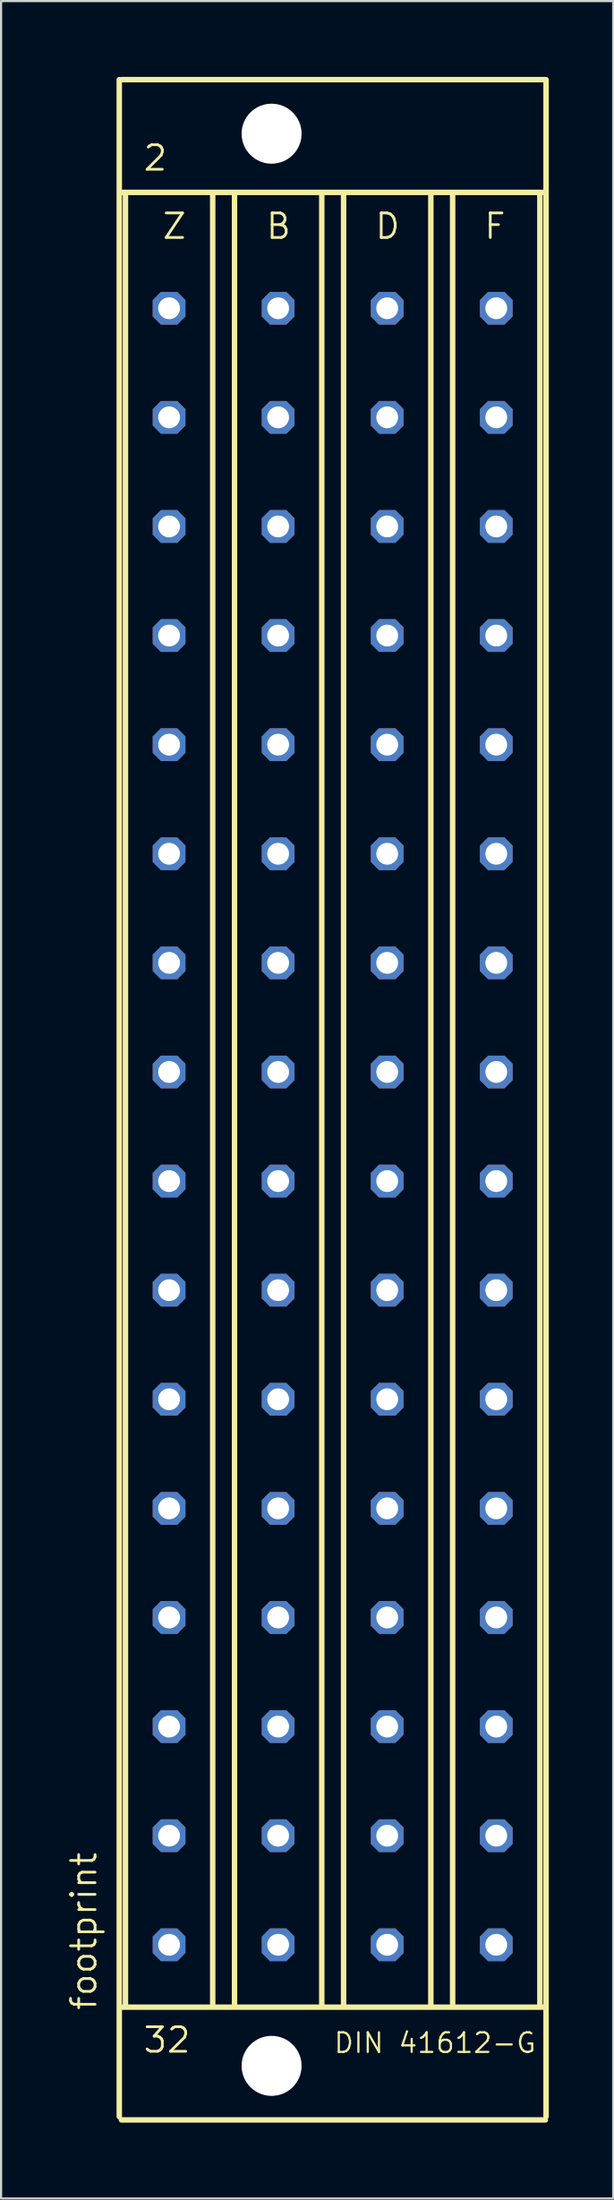
<source format=kicad_pcb>
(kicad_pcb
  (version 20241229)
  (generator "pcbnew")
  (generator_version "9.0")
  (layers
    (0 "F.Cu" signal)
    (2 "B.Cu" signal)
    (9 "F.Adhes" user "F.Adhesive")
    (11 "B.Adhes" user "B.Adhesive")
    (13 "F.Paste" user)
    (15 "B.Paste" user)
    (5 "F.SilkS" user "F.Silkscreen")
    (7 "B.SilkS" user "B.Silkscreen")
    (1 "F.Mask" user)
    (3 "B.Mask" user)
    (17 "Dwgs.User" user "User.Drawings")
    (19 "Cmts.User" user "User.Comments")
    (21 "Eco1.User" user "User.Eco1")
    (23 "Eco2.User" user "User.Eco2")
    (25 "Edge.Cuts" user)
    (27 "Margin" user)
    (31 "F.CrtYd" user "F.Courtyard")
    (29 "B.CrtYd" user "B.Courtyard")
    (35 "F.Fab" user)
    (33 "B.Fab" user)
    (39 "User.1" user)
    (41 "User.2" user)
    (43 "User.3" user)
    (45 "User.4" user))
  (footprint "footprint"
    (layer "F.Cu")
    (at 9.906 48.158)
    (property "Reference" "footprint" (at -8.382 42.469 90) (layer "F.SilkS") (effects (font (size 1.143 1.143) (thickness 0.127)) (justify left bottom)))
    (fp_line (start -7.4 47.346) (end -7.4 -47.498) (stroke (width 0.254) (type solid)) (layer "F.SilkS"))
    (fp_line (start -7.3 -47.5) (end 12.446 -47.5) (stroke (width 0.254) (type solid)) (layer "F.SilkS"))
    (fp_line (start -7.3 -42.25) (end 12.446 -42.25) (stroke (width 0.254) (type solid)) (layer "F.SilkS"))
    (fp_line (start -7.3 42.25) (end 12.446 42.25) (stroke (width 0.254) (type solid)) (layer "F.SilkS"))
    (fp_line (start -7.3 47.5) (end 12.446 47.5) (stroke (width 0.254) (type solid)) (layer "F.SilkS"))
    (fp_line (start -7.112 -42.164) (end -7.112 42.164) (stroke (width 0.254) (type solid)) (layer "F.SilkS"))
    (fp_line (start -3.048 -42.164) (end -3.048 42.164) (stroke (width 0.254) (type solid)) (layer "F.SilkS"))
    (fp_line (start -2.032 -42.164) (end -2.032 42.164) (stroke (width 0.254) (type solid)) (layer "F.SilkS"))
    (fp_line (start 2.032 -42.164) (end 2.032 42.164) (stroke (width 0.254) (type solid)) (layer "F.SilkS"))
    (fp_line (start 3.048 -42.164) (end 3.048 42.164) (stroke (width 0.254) (type solid)) (layer "F.SilkS"))
    (fp_line (start 7.112 -42.164) (end 7.112 42.164) (stroke (width 0.254) (type solid)) (layer "F.SilkS"))
    (fp_line (start 8.128 -42.164) (end 8.128 42.164) (stroke (width 0.254) (type solid)) (layer "F.SilkS"))
    (fp_line (start 12.192 -42.164) (end 12.192 42.164) (stroke (width 0.254) (type solid)) (layer "F.SilkS"))
    (fp_line (start 12.48 47.346) (end 12.48 -47.498) (stroke (width 0.254) (type solid)) (layer "F.SilkS"))
    (fp_text user "D" (at 4.445 -40.005 0) (layer "F.SilkS") (effects (font (size 1.143 1.143) (thickness 0.127)) (justify left bottom)))
    (fp_text user "Z" (at -5.461 -40.005 0) (layer "F.SilkS") (effects (font (size 1.143 1.143) (thickness 0.127)) (justify left bottom)))
    (fp_text user "DIN 41612-G" (at 2.54 44.45 0) (layer "F.SilkS") (effects (font (size 0.914 0.914) (thickness 0.102)) (justify left bottom)))
    (fp_text user "32" (at -6.35 44.45 0) (layer "F.SilkS") (effects (font (size 1.143 1.143) (thickness 0.127)) (justify left bottom)))
    (fp_text user "F" (at 9.525 -40.005 0) (layer "F.SilkS") (effects (font (size 1.143 1.143) (thickness 0.127)) (justify left bottom)))
    (fp_text user "2" (at -6.35 -43.18 0) (layer "F.SilkS") (effects (font (size 1.143 1.143) (thickness 0.127)) (justify left bottom)))
    (fp_text user "B" (at -0.635 -40.005 0) (layer "F.SilkS") (effects (font (size 1.143 1.143) (thickness 0.127)) (justify left bottom)))
    (pad "" np_thru_hole circle (at -0.305 -44.983) (size 2.794 2.794) (drill 2.794) (layers "*.Cu" "*.Mask"))
    (pad "" np_thru_hole circle (at -0.305 44.983) (size 2.794 2.794) (drill 2.794) (layers "*.Cu" "*.Mask"))
    (pad "B2" thru_hole roundrect (at 0 -36.855) (size 1.524 1.524) (drill 1.016) (layers "*.Cu" "*.Mask") (roundrect_rratio 0.25) (chamfer_ratio 0.25) (chamfer top_left top_right bottom_left bottom_right))
    (pad "B4" thru_hole roundrect (at 0 -31.775) (size 1.524 1.524) (drill 1.016) (layers "*.Cu" "*.Mask") (roundrect_rratio 0.25) (chamfer_ratio 0.25) (chamfer top_left top_right bottom_left bottom_right))
    (pad "B6" thru_hole roundrect (at 0 -26.695) (size 1.524 1.524) (drill 1.016) (layers "*.Cu" "*.Mask") (roundrect_rratio 0.25) (chamfer_ratio 0.25) (chamfer top_left top_right bottom_left bottom_right))
    (pad "B8" thru_hole roundrect (at 0 -21.615) (size 1.524 1.524) (drill 1.016) (layers "*.Cu" "*.Mask") (roundrect_rratio 0.25) (chamfer_ratio 0.25) (chamfer top_left top_right bottom_left bottom_right))
    (pad "B10" thru_hole roundrect (at 0 -16.535) (size 1.524 1.524) (drill 1.016) (layers "*.Cu" "*.Mask") (roundrect_rratio 0.25) (chamfer_ratio 0.25) (chamfer top_left top_right bottom_left bottom_right))
    (pad "B12" thru_hole roundrect (at 0 -11.455) (size 1.524 1.524) (drill 1.016) (layers "*.Cu" "*.Mask") (roundrect_rratio 0.25) (chamfer_ratio 0.25) (chamfer top_left top_right bottom_left bottom_right))
    (pad "B14" thru_hole roundrect (at 0 -6.375) (size 1.524 1.524) (drill 1.016) (layers "*.Cu" "*.Mask") (roundrect_rratio 0.25) (chamfer_ratio 0.25) (chamfer top_left top_right bottom_left bottom_right))
    (pad "B16" thru_hole roundrect (at 0 -1.295) (size 1.524 1.524) (drill 1.016) (layers "*.Cu" "*.Mask") (roundrect_rratio 0.25) (chamfer_ratio 0.25) (chamfer top_left top_right bottom_left bottom_right))
    (pad "B18" thru_hole roundrect (at 0 3.785) (size 1.524 1.524) (drill 1.016) (layers "*.Cu" "*.Mask") (roundrect_rratio 0.25) (chamfer_ratio 0.25) (chamfer top_left top_right bottom_left bottom_right))
    (pad "B20" thru_hole roundrect (at 0 8.865) (size 1.524 1.524) (drill 1.016) (layers "*.Cu" "*.Mask") (roundrect_rratio 0.25) (chamfer_ratio 0.25) (chamfer top_left top_right bottom_left bottom_right))
    (pad "B22" thru_hole roundrect (at 0 13.945) (size 1.524 1.524) (drill 1.016) (layers "*.Cu" "*.Mask") (roundrect_rratio 0.25) (chamfer_ratio 0.25) (chamfer top_left top_right bottom_left bottom_right))
    (pad "B24" thru_hole roundrect (at 0 19.025) (size 1.524 1.524) (drill 1.016) (layers "*.Cu" "*.Mask") (roundrect_rratio 0.25) (chamfer_ratio 0.25) (chamfer top_left top_right bottom_left bottom_right))
    (pad "B26" thru_hole roundrect (at 0 24.105) (size 1.524 1.524) (drill 1.016) (layers "*.Cu" "*.Mask") (roundrect_rratio 0.25) (chamfer_ratio 0.25) (chamfer top_left top_right bottom_left bottom_right))
    (pad "B28" thru_hole roundrect (at 0 29.185) (size 1.524 1.524) (drill 1.016) (layers "*.Cu" "*.Mask") (roundrect_rratio 0.25) (chamfer_ratio 0.25) (chamfer top_left top_right bottom_left bottom_right))
    (pad "B30" thru_hole roundrect (at 0 34.265) (size 1.524 1.524) (drill 1.016) (layers "*.Cu" "*.Mask") (roundrect_rratio 0.25) (chamfer_ratio 0.25) (chamfer top_left top_right bottom_left bottom_right))
    (pad "B32" thru_hole roundrect (at 0 39.345) (size 1.524 1.524) (drill 1.016) (layers "*.Cu" "*.Mask") (roundrect_rratio 0.25) (chamfer_ratio 0.25) (chamfer top_left top_right bottom_left bottom_right))
    (pad "D2" thru_hole roundrect (at 5.08 -36.855) (size 1.524 1.524) (drill 1.016) (layers "*.Cu" "*.Mask") (roundrect_rratio 0.25) (chamfer_ratio 0.25) (chamfer top_left top_right bottom_left bottom_right))
    (pad "D4" thru_hole roundrect (at 5.08 -31.775) (size 1.524 1.524) (drill 1.016) (layers "*.Cu" "*.Mask") (roundrect_rratio 0.25) (chamfer_ratio 0.25) (chamfer top_left top_right bottom_left bottom_right))
    (pad "D6" thru_hole roundrect (at 5.08 -26.695) (size 1.524 1.524) (drill 1.016) (layers "*.Cu" "*.Mask") (roundrect_rratio 0.25) (chamfer_ratio 0.25) (chamfer top_left top_right bottom_left bottom_right))
    (pad "D8" thru_hole roundrect (at 5.08 -21.615) (size 1.524 1.524) (drill 1.016) (layers "*.Cu" "*.Mask") (roundrect_rratio 0.25) (chamfer_ratio 0.25) (chamfer top_left top_right bottom_left bottom_right))
    (pad "D10" thru_hole roundrect (at 5.08 -16.535) (size 1.524 1.524) (drill 1.016) (layers "*.Cu" "*.Mask") (roundrect_rratio 0.25) (chamfer_ratio 0.25) (chamfer top_left top_right bottom_left bottom_right))
    (pad "D12" thru_hole roundrect (at 5.08 -11.455) (size 1.524 1.524) (drill 1.016) (layers "*.Cu" "*.Mask") (roundrect_rratio 0.25) (chamfer_ratio 0.25) (chamfer top_left top_right bottom_left bottom_right))
    (pad "D14" thru_hole roundrect (at 5.08 -6.375) (size 1.524 1.524) (drill 1.016) (layers "*.Cu" "*.Mask") (roundrect_rratio 0.25) (chamfer_ratio 0.25) (chamfer top_left top_right bottom_left bottom_right))
    (pad "D16" thru_hole roundrect (at 5.08 -1.295) (size 1.524 1.524) (drill 1.016) (layers "*.Cu" "*.Mask") (roundrect_rratio 0.25) (chamfer_ratio 0.25) (chamfer top_left top_right bottom_left bottom_right))
    (pad "D18" thru_hole roundrect (at 5.08 3.785) (size 1.524 1.524) (drill 1.016) (layers "*.Cu" "*.Mask") (roundrect_rratio 0.25) (chamfer_ratio 0.25) (chamfer top_left top_right bottom_left bottom_right))
    (pad "D20" thru_hole roundrect (at 5.08 8.865) (size 1.524 1.524) (drill 1.016) (layers "*.Cu" "*.Mask") (roundrect_rratio 0.25) (chamfer_ratio 0.25) (chamfer top_left top_right bottom_left bottom_right))
    (pad "D22" thru_hole roundrect (at 5.08 13.945) (size 1.524 1.524) (drill 1.016) (layers "*.Cu" "*.Mask") (roundrect_rratio 0.25) (chamfer_ratio 0.25) (chamfer top_left top_right bottom_left bottom_right))
    (pad "D24" thru_hole roundrect (at 5.08 19.025) (size 1.524 1.524) (drill 1.016) (layers "*.Cu" "*.Mask") (roundrect_rratio 0.25) (chamfer_ratio 0.25) (chamfer top_left top_right bottom_left bottom_right))
    (pad "D26" thru_hole roundrect (at 5.08 24.105) (size 1.524 1.524) (drill 1.016) (layers "*.Cu" "*.Mask") (roundrect_rratio 0.25) (chamfer_ratio 0.25) (chamfer top_left top_right bottom_left bottom_right))
    (pad "D28" thru_hole roundrect (at 5.08 29.185) (size 1.524 1.524) (drill 1.016) (layers "*.Cu" "*.Mask") (roundrect_rratio 0.25) (chamfer_ratio 0.25) (chamfer top_left top_right bottom_left bottom_right))
    (pad "D30" thru_hole roundrect (at 5.08 34.265) (size 1.524 1.524) (drill 1.016) (layers "*.Cu" "*.Mask") (roundrect_rratio 0.25) (chamfer_ratio 0.25) (chamfer top_left top_right bottom_left bottom_right))
    (pad "D32" thru_hole roundrect (at 5.08 39.345) (size 1.524 1.524) (drill 1.016) (layers "*.Cu" "*.Mask") (roundrect_rratio 0.25) (chamfer_ratio 0.25) (chamfer top_left top_right bottom_left bottom_right))
    (pad "F2" thru_hole roundrect (at 10.16 -36.855) (size 1.524 1.524) (drill 1.016) (layers "*.Cu" "*.Mask") (roundrect_rratio 0.25) (chamfer_ratio 0.25) (chamfer top_left top_right bottom_left bottom_right))
    (pad "F4" thru_hole roundrect (at 10.16 -31.775) (size 1.524 1.524) (drill 1.016) (layers "*.Cu" "*.Mask") (roundrect_rratio 0.25) (chamfer_ratio 0.25) (chamfer top_left top_right bottom_left bottom_right))
    (pad "F6" thru_hole roundrect (at 10.16 -26.695) (size 1.524 1.524) (drill 1.016) (layers "*.Cu" "*.Mask") (roundrect_rratio 0.25) (chamfer_ratio 0.25) (chamfer top_left top_right bottom_left bottom_right))
    (pad "F8" thru_hole roundrect (at 10.16 -21.615) (size 1.524 1.524) (drill 1.016) (layers "*.Cu" "*.Mask") (roundrect_rratio 0.25) (chamfer_ratio 0.25) (chamfer top_left top_right bottom_left bottom_right))
    (pad "F10" thru_hole roundrect (at 10.16 -16.535) (size 1.524 1.524) (drill 1.016) (layers "*.Cu" "*.Mask") (roundrect_rratio 0.25) (chamfer_ratio 0.25) (chamfer top_left top_right bottom_left bottom_right))
    (pad "F12" thru_hole roundrect (at 10.16 -11.455) (size 1.524 1.524) (drill 1.016) (layers "*.Cu" "*.Mask") (roundrect_rratio 0.25) (chamfer_ratio 0.25) (chamfer top_left top_right bottom_left bottom_right))
    (pad "F14" thru_hole roundrect (at 10.16 -6.375) (size 1.524 1.524) (drill 1.016) (layers "*.Cu" "*.Mask") (roundrect_rratio 0.25) (chamfer_ratio 0.25) (chamfer top_left top_right bottom_left bottom_right))
    (pad "F16" thru_hole roundrect (at 10.16 -1.295) (size 1.524 1.524) (drill 1.016) (layers "*.Cu" "*.Mask") (roundrect_rratio 0.25) (chamfer_ratio 0.25) (chamfer top_left top_right bottom_left bottom_right))
    (pad "F18" thru_hole roundrect (at 10.16 3.785) (size 1.524 1.524) (drill 1.016) (layers "*.Cu" "*.Mask") (roundrect_rratio 0.25) (chamfer_ratio 0.25) (chamfer top_left top_right bottom_left bottom_right))
    (pad "F20" thru_hole roundrect (at 10.16 8.865) (size 1.524 1.524) (drill 1.016) (layers "*.Cu" "*.Mask") (roundrect_rratio 0.25) (chamfer_ratio 0.25) (chamfer top_left top_right bottom_left bottom_right))
    (pad "F22" thru_hole roundrect (at 10.16 13.945) (size 1.524 1.524) (drill 1.016) (layers "*.Cu" "*.Mask") (roundrect_rratio 0.25) (chamfer_ratio 0.25) (chamfer top_left top_right bottom_left bottom_right))
    (pad "F24" thru_hole roundrect (at 10.16 19.025) (size 1.524 1.524) (drill 1.016) (layers "*.Cu" "*.Mask") (roundrect_rratio 0.25) (chamfer_ratio 0.25) (chamfer top_left top_right bottom_left bottom_right))
    (pad "F26" thru_hole roundrect (at 10.16 24.105) (size 1.524 1.524) (drill 1.016) (layers "*.Cu" "*.Mask") (roundrect_rratio 0.25) (chamfer_ratio 0.25) (chamfer top_left top_right bottom_left bottom_right))
    (pad "F28" thru_hole roundrect (at 10.16 29.185) (size 1.524 1.524) (drill 1.016) (layers "*.Cu" "*.Mask") (roundrect_rratio 0.25) (chamfer_ratio 0.25) (chamfer top_left top_right bottom_left bottom_right))
    (pad "F30" thru_hole roundrect (at 10.16 34.265) (size 1.524 1.524) (drill 1.016) (layers "*.Cu" "*.Mask") (roundrect_rratio 0.25) (chamfer_ratio 0.25) (chamfer top_left top_right bottom_left bottom_right))
    (pad "F32" thru_hole roundrect (at 10.16 39.345) (size 1.524 1.524) (drill 1.016) (layers "*.Cu" "*.Mask") (roundrect_rratio 0.25) (chamfer_ratio 0.25) (chamfer top_left top_right bottom_left bottom_right))
    (pad "Z2" thru_hole roundrect (at -5.08 -36.855) (size 1.524 1.524) (drill 1.016) (layers "*.Cu" "*.Mask") (roundrect_rratio 0.25) (chamfer_ratio 0.25) (chamfer top_left top_right bottom_left bottom_right))
    (pad "Z4" thru_hole roundrect (at -5.08 -31.775) (size 1.524 1.524) (drill 1.016) (layers "*.Cu" "*.Mask") (roundrect_rratio 0.25) (chamfer_ratio 0.25) (chamfer top_left top_right bottom_left bottom_right))
    (pad "Z6" thru_hole roundrect (at -5.08 -26.695) (size 1.524 1.524) (drill 1.016) (layers "*.Cu" "*.Mask") (roundrect_rratio 0.25) (chamfer_ratio 0.25) (chamfer top_left top_right bottom_left bottom_right))
    (pad "Z8" thru_hole roundrect (at -5.08 -21.615) (size 1.524 1.524) (drill 1.016) (layers "*.Cu" "*.Mask") (roundrect_rratio 0.25) (chamfer_ratio 0.25) (chamfer top_left top_right bottom_left bottom_right))
    (pad "Z10" thru_hole roundrect (at -5.08 -16.535) (size 1.524 1.524) (drill 1.016) (layers "*.Cu" "*.Mask") (roundrect_rratio 0.25) (chamfer_ratio 0.25) (chamfer top_left top_right bottom_left bottom_right))
    (pad "Z12" thru_hole roundrect (at -5.08 -11.455) (size 1.524 1.524) (drill 1.016) (layers "*.Cu" "*.Mask") (roundrect_rratio 0.25) (chamfer_ratio 0.25) (chamfer top_left top_right bottom_left bottom_right))
    (pad "Z14" thru_hole roundrect (at -5.08 -6.375) (size 1.524 1.524) (drill 1.016) (layers "*.Cu" "*.Mask") (roundrect_rratio 0.25) (chamfer_ratio 0.25) (chamfer top_left top_right bottom_left bottom_right))
    (pad "Z16" thru_hole roundrect (at -5.08 -1.295) (size 1.524 1.524) (drill 1.016) (layers "*.Cu" "*.Mask") (roundrect_rratio 0.25) (chamfer_ratio 0.25) (chamfer top_left top_right bottom_left bottom_right))
    (pad "Z18" thru_hole roundrect (at -5.08 3.785) (size 1.524 1.524) (drill 1.016) (layers "*.Cu" "*.Mask") (roundrect_rratio 0.25) (chamfer_ratio 0.25) (chamfer top_left top_right bottom_left bottom_right))
    (pad "Z20" thru_hole roundrect (at -5.08 8.865) (size 1.524 1.524) (drill 1.016) (layers "*.Cu" "*.Mask") (roundrect_rratio 0.25) (chamfer_ratio 0.25) (chamfer top_left top_right bottom_left bottom_right))
    (pad "Z22" thru_hole roundrect (at -5.08 13.945) (size 1.524 1.524) (drill 1.016) (layers "*.Cu" "*.Mask") (roundrect_rratio 0.25) (chamfer_ratio 0.25) (chamfer top_left top_right bottom_left bottom_right))
    (pad "Z24" thru_hole roundrect (at -5.08 19.025) (size 1.524 1.524) (drill 1.016) (layers "*.Cu" "*.Mask") (roundrect_rratio 0.25) (chamfer_ratio 0.25) (chamfer top_left top_right bottom_left bottom_right))
    (pad "Z26" thru_hole roundrect (at -5.08 24.105) (size 1.524 1.524) (drill 1.016) (layers "*.Cu" "*.Mask") (roundrect_rratio 0.25) (chamfer_ratio 0.25) (chamfer top_left top_right bottom_left bottom_right))
    (pad "Z28" thru_hole roundrect (at -5.08 29.185) (size 1.524 1.524) (drill 1.016) (layers "*.Cu" "*.Mask") (roundrect_rratio 0.25) (chamfer_ratio 0.25) (chamfer top_left top_right bottom_left bottom_right))
    (pad "Z30" thru_hole roundrect (at -5.08 34.265) (size 1.524 1.524) (drill 1.016) (layers "*.Cu" "*.Mask") (roundrect_rratio 0.25) (chamfer_ratio 0.25) (chamfer top_left top_right bottom_left bottom_right))
    (pad "Z32" thru_hole roundrect (at -5.08 39.345) (size 1.524 1.524) (drill 1.016) (layers "*.Cu" "*.Mask") (roundrect_rratio 0.25) (chamfer_ratio 0.25) (chamfer top_left top_right bottom_left bottom_right))
    (zone (net_name "") (layers "F.Cu" "B.Cu") (hatch edge 0.508) (connect_pads) (min_thickness 0.254) (filled_areas_thickness no) (keepout (tracks allowed) (vias not_allowed) (pads allowed) (copperpour allowed) (footprints allowed)) (placement (enabled no)) (fill) (polygon (pts (xy 12.776 3.175) (xy 12.728 2.624) (xy 12.585 2.089) (xy 12.351 1.587) (xy 12.033 1.134) (xy 11.642 0.743) (xy 11.189 0.425) (xy 10.687 0.191) (xy 10.153 0.048) (xy 9.601 0) (xy 9.05 0.048) (xy 8.515 0.191) (xy 8.014 0.425) (xy 7.56 0.743) (xy 7.169 1.134) (xy 6.852 1.587) (xy 6.618 2.089) (xy 6.474 2.624) (xy 6.426 3.175) (xy 6.474 3.726) (xy 6.618 4.261) (xy 6.852 4.763) (xy 7.169 5.216) (xy 7.56 5.607) (xy 8.014 5.925) (xy 8.515 6.159) (xy 9.05 6.302) (xy 9.601 6.35) (xy 10.153 6.302) (xy 10.687 6.159) (xy 11.189 5.925) (xy 11.642 5.607) (xy 12.033 5.216) (xy 12.351 4.763) (xy 12.585 4.261) (xy 12.728 3.726))) (polygon (pts (xy 10.998 3.175) (xy 10.977 2.932) (xy 10.914 2.697) (xy 10.811 2.477) (xy 10.671 2.277) (xy 10.499 2.105) (xy 10.3 1.965) (xy 10.079 1.862) (xy 9.844 1.799) (xy 9.601 1.778) (xy 9.359 1.799) (xy 9.123 1.862) (xy 8.903 1.965) (xy 8.703 2.105) (xy 8.531 2.277) (xy 8.391 2.477) (xy 8.288 2.697) (xy 8.225 2.932) (xy 8.204 3.175) (xy 8.225 3.418) (xy 8.288 3.653) (xy 8.391 3.873) (xy 8.531 4.073) (xy 8.703 4.245) (xy 8.903 4.385) (xy 9.123 4.488) (xy 9.359 4.551) (xy 9.601 4.572) (xy 9.844 4.551) (xy 10.079 4.488) (xy 10.3 4.385) (xy 10.499 4.245) (xy 10.671 4.073) (xy 10.811 3.873) (xy 10.914 3.653) (xy 10.977 3.418))))
    (zone (net_name "") (layers "F.Cu" "B.Cu") (hatch edge 0.508) (connect_pads) (min_thickness 0.254) (filled_areas_thickness no) (keepout (tracks allowed) (vias not_allowed) (pads allowed) (copperpour allowed) (footprints allowed)) (placement (enabled no)) (fill) (polygon (pts (xy 12.776 93.142) (xy 12.728 92.59) (xy 12.585 92.056) (xy 12.351 91.554) (xy 12.033 91.101) (xy 11.642 90.71) (xy 11.189 90.392) (xy 10.687 90.158) (xy 10.153 90.015) (xy 9.601 89.967) (xy 9.05 90.015) (xy 8.515 90.158) (xy 8.014 90.392) (xy 7.56 90.71) (xy 7.169 91.101) (xy 6.852 91.554) (xy 6.618 92.056) (xy 6.474 92.59) (xy 6.426 93.142) (xy 6.474 93.693) (xy 6.618 94.228) (xy 6.852 94.729) (xy 7.169 95.183) (xy 7.56 95.574) (xy 8.014 95.891) (xy 8.515 96.125) (xy 9.05 96.269) (xy 9.601 96.317) (xy 10.153 96.269) (xy 10.687 96.125) (xy 11.189 95.891) (xy 11.642 95.574) (xy 12.033 95.183) (xy 12.351 94.729) (xy 12.585 94.228) (xy 12.728 93.693))) (polygon (pts (xy 10.998 93.142) (xy 10.977 92.899) (xy 10.914 92.664) (xy 10.811 92.443) (xy 10.671 92.244) (xy 10.499 92.072) (xy 10.3 91.932) (xy 10.079 91.829) (xy 9.844 91.766) (xy 9.601 91.745) (xy 9.359 91.766) (xy 9.123 91.829) (xy 8.903 91.932) (xy 8.703 92.072) (xy 8.531 92.244) (xy 8.391 92.443) (xy 8.288 92.664) (xy 8.225 92.899) (xy 8.204 93.142) (xy 8.225 93.384) (xy 8.288 93.62) (xy 8.391 93.84) (xy 8.531 94.04) (xy 8.703 94.212) (xy 8.903 94.352) (xy 9.123 94.455) (xy 9.359 94.518) (xy 9.601 94.539) (xy 9.844 94.518) (xy 10.079 94.455) (xy 10.3 94.352) (xy 10.499 94.212) (xy 10.671 94.04) (xy 10.811 93.84) (xy 10.914 93.62) (xy 10.977 93.384))))
    (zone (net_name "") (layer "B.Cu") (hatch edge 0.508) (connect_pads) (min_thickness 0.254) (filled_areas_thickness no) (keepout (tracks not_allowed) (vias not_allowed) (pads not_allowed) (copperpour not_allowed) (footprints allowed)) (placement (enabled no)) (fill) (polygon (pts (xy 12.776 3.175) (xy 12.728 2.624) (xy 12.585 2.089) (xy 12.351 1.587) (xy 12.033 1.134) (xy 11.642 0.743) (xy 11.189 0.425) (xy 10.687 0.191) (xy 10.153 0.048) (xy 9.601 0) (xy 9.05 0.048) (xy 8.515 0.191) (xy 8.014 0.425) (xy 7.56 0.743) (xy 7.169 1.134) (xy 6.852 1.587) (xy 6.618 2.089) (xy 6.474 2.624) (xy 6.426 3.175) (xy 6.474 3.726) (xy 6.618 4.261) (xy 6.852 4.763) (xy 7.169 5.216) (xy 7.56 5.607) (xy 8.014 5.925) (xy 8.515 6.159) (xy 9.05 6.302) (xy 9.601 6.35) (xy 10.153 6.302) (xy 10.687 6.159) (xy 11.189 5.925) (xy 11.642 5.607) (xy 12.033 5.216) (xy 12.351 4.763) (xy 12.585 4.261) (xy 12.728 3.726))) (polygon (pts (xy 10.998 3.175) (xy 10.977 2.932) (xy 10.914 2.697) (xy 10.811 2.477) (xy 10.671 2.277) (xy 10.499 2.105) (xy 10.3 1.965) (xy 10.079 1.862) (xy 9.844 1.799) (xy 9.601 1.778) (xy 9.359 1.799) (xy 9.123 1.862) (xy 8.903 1.965) (xy 8.703 2.105) (xy 8.531 2.277) (xy 8.391 2.477) (xy 8.288 2.697) (xy 8.225 2.932) (xy 8.204 3.175) (xy 8.225 3.418) (xy 8.288 3.653) (xy 8.391 3.873) (xy 8.531 4.073) (xy 8.703 4.245) (xy 8.903 4.385) (xy 9.123 4.488) (xy 9.359 4.551) (xy 9.601 4.572) (xy 9.844 4.551) (xy 10.079 4.488) (xy 10.3 4.385) (xy 10.499 4.245) (xy 10.671 4.073) (xy 10.811 3.873) (xy 10.914 3.653) (xy 10.977 3.418))))
    (zone (net_name "") (layer "B.Cu") (hatch edge 0.508) (connect_pads) (min_thickness 0.254) (filled_areas_thickness no) (keepout (tracks not_allowed) (vias not_allowed) (pads not_allowed) (copperpour not_allowed) (footprints allowed)) (placement (enabled no)) (fill) (polygon (pts (xy 12.776 93.142) (xy 12.728 92.59) (xy 12.585 92.056) (xy 12.351 91.554) (xy 12.033 91.101) (xy 11.642 90.71) (xy 11.189 90.392) (xy 10.687 90.158) (xy 10.153 90.015) (xy 9.601 89.967) (xy 9.05 90.015) (xy 8.515 90.158) (xy 8.014 90.392) (xy 7.56 90.71) (xy 7.169 91.101) (xy 6.852 91.554) (xy 6.618 92.056) (xy 6.474 92.59) (xy 6.426 93.142) (xy 6.474 93.693) (xy 6.618 94.228) (xy 6.852 94.729) (xy 7.169 95.183) (xy 7.56 95.574) (xy 8.014 95.891) (xy 8.515 96.125) (xy 9.05 96.269) (xy 9.601 96.317) (xy 10.153 96.269) (xy 10.687 96.125) (xy 11.189 95.891) (xy 11.642 95.574) (xy 12.033 95.183) (xy 12.351 94.729) (xy 12.585 94.228) (xy 12.728 93.693))) (polygon (pts (xy 10.998 93.142) (xy 10.977 92.899) (xy 10.914 92.664) (xy 10.811 92.443) (xy 10.671 92.244) (xy 10.499 92.072) (xy 10.3 91.932) (xy 10.079 91.829) (xy 9.844 91.766) (xy 9.601 91.745) (xy 9.359 91.766) (xy 9.123 91.829) (xy 8.903 91.932) (xy 8.703 92.072) (xy 8.531 92.244) (xy 8.391 92.443) (xy 8.288 92.664) (xy 8.225 92.899) (xy 8.204 93.142) (xy 8.225 93.384) (xy 8.288 93.62) (xy 8.391 93.84) (xy 8.531 94.04) (xy 8.703 94.212) (xy 8.903 94.352) (xy 9.123 94.455) (xy 9.359 94.518) (xy 9.601 94.539) (xy 9.844 94.518) (xy 10.079 94.455) (xy 10.3 94.352) (xy 10.499 94.212) (xy 10.671 94.04) (xy 10.811 93.84) (xy 10.914 93.62) (xy 10.977 93.384)))))
  (gr_rect
    (start -3 -3)
    (end 25.513 99.317)
    (stroke (width 0.1) (type default))
    (fill no)
    (layer "Edge.Cuts")))
</source>
